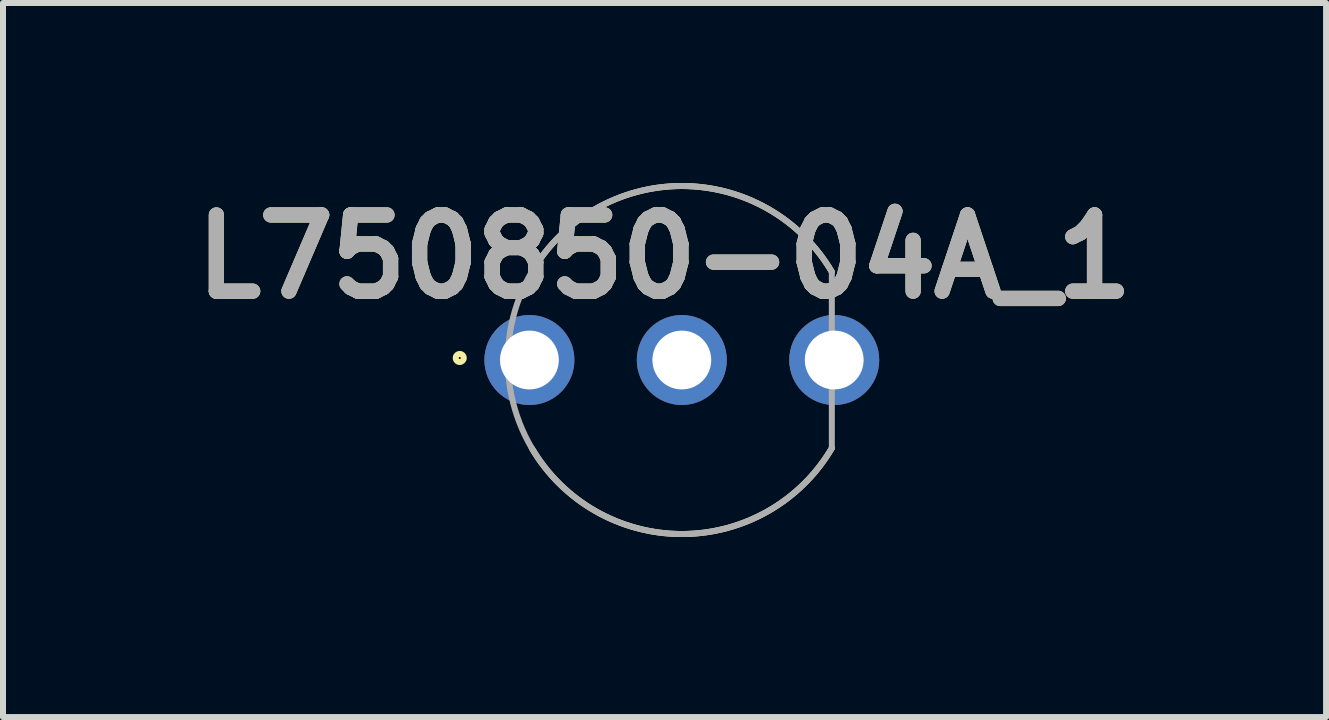
<source format=kicad_pcb>
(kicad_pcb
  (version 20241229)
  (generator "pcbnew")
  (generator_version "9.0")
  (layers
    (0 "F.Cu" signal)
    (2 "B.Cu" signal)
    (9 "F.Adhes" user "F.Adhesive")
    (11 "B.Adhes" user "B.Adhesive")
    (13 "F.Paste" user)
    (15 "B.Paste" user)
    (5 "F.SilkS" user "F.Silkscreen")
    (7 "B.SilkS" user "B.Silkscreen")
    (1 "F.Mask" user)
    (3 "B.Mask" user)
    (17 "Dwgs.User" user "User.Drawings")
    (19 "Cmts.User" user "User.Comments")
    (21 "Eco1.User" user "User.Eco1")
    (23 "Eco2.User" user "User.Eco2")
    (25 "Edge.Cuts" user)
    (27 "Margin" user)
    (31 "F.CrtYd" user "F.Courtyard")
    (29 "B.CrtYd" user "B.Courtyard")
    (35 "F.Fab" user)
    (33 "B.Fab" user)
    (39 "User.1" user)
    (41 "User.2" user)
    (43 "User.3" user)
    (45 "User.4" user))
  (footprint "L750850-04A_1"
    (layer "F.Cu")
    (at 8.313 2.95)
    (property "Reference" "L750850-04A_1" (at -0.288 -1.722 0) (layer "F.SilkS") (effects (font (size 1.27 1.27) (thickness 0.254))))
    (attr through_hole)
    (fp_arc (start -2.5 -1.46969) (mid 0.000013 -2.899998) (end 2.500013 -1.469668) (stroke (width 0.1) (type solid)) (layer "F.SilkS"))
    (fp_arc (start 2.5 1.46969) (mid -0.000013 2.899998) (end -2.500013 1.469668) (stroke (width 0.1) (type solid)) (layer "F.SilkS"))
    (fp_circle (center -3.701 -0.034) (end -3.701 -0.017) (stroke (width 0.1) (type solid)) (fill no) (layer "F.SilkS"))
    (fp_line (start 2.5 -1.47) (end 2.5 1.47) (stroke (width 0.1) (type solid)) (layer "F.Fab"))
    (fp_arc (start 2.500013 1.469668) (mid -2.899998 0.000013) (end 2.5 -1.46969) (stroke (width 0.1) (type solid)) (layer "F.Fab"))
    (fp_text user "${REFERENCE}" (at -0.288 -1.722 0) (layer "F.Fab") (effects (font (size 1.27 1.27) (thickness 0.254))))
    (pad "1" thru_hole circle (at -2.54 0) (size 1.5 1.5) (drill 0.98) (layers "*.Cu" "*.Mask"))
    (pad "2" thru_hole circle (at 0 0) (size 1.5 1.5) (drill 0.98) (layers "*.Cu" "*.Mask"))
    (pad "3" thru_hole circle (at 2.54 0) (size 1.5 1.5) (drill 0.98) (layers "*.Cu" "*.Mask")))
  (gr_rect
    (start -3 -3)
    (end 19.05 8.9)
    (stroke (width 0.1) (type default))
    (fill no)
    (layer "Edge.Cuts")))
</source>
